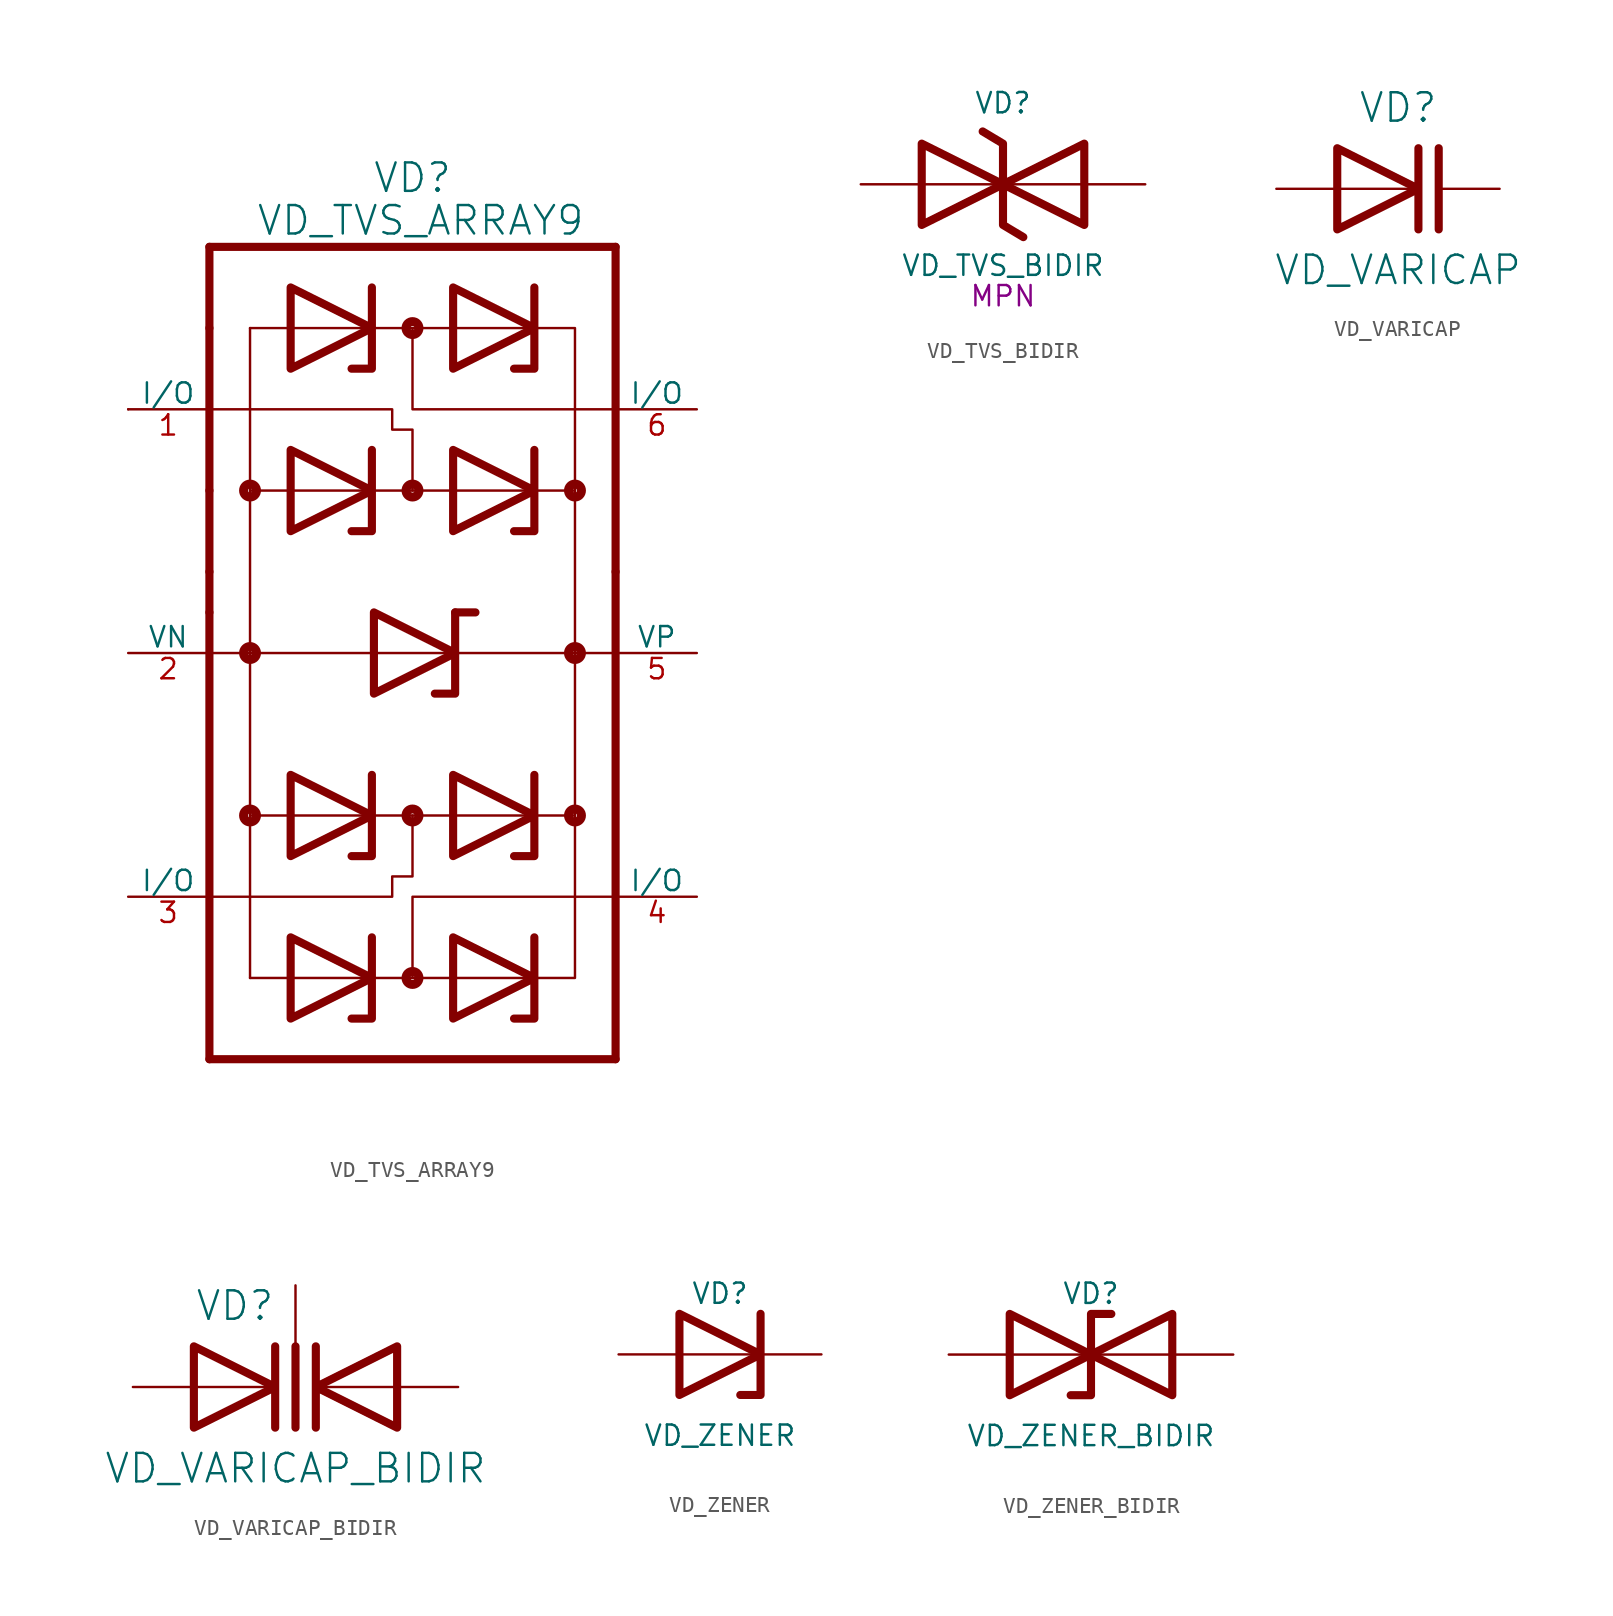
<source format=kicad_sym>
(kicad_symbol_lib
  (version 20211014)
  (generator kicad_symbol_editor)
  (symbol "VD_TVS_ARRAY9"
    (pin_names
      (offset 0))
    (property "Reference" "VD"
      (at 0 9.398 0)
      (effects (font (size 1.778 1.778))))
    (property "Value" "VD_TVS_ARRAY9"
      (at 0.508 6.731 0)
      (effects (font (size 1.778 1.778))))
    (symbol "VD_TVS_ARRAY9_0_1"
      (polyline (pts (xy -12.7 -20.32) (xy 12.7 -20.32)) (stroke (width 0) (type default) (color 0 0 0 0)) (fill (type none)))
      (polyline (pts (xy -12.7 -15.24) (xy -12.7 -45.72)) (stroke (width 0.508) (type default) (color 0 0 0 0)) (fill (type none)))
      (polyline (pts (xy -10.16 -40.64) (xy -7.62 -40.64)) (stroke (width 0) (type default) (color 0 0 0 0)) (fill (type none)))
      (polyline (pts (xy -10.16 -30.48) (xy 10.16 -30.48)) (stroke (width 0) (type default) (color 0 0 0 0)) (fill (type none)))
      (polyline (pts (xy -10.16 -10.16) (xy 10.16 -10.16)) (stroke (width 0) (type default) (color 0 0 0 0)) (fill (type none)))
      (polyline (pts (xy -10.16 0) (xy -10.16 -40.64)) (stroke (width 0) (type default) (color 0 0 0 0)) (fill (type none)))
      (polyline (pts (xy -7.62 -40.64) (xy 7.62 -40.64)) (stroke (width 0) (type default) (color 0 0 0 0)) (fill (type none)))
      (polyline (pts (xy -7.62 0) (xy -10.16 0)) (stroke (width 0) (type default) (color 0 0 0 0)) (fill (type none)))
      (polyline (pts (xy -7.62 0) (xy 7.62 0)) (stroke (width 0) (type default) (color 0 0 0 0)) (fill (type none)))
      (polyline (pts (xy 2.667 -17.78) (xy 3.937 -17.78)) (stroke (width 0.508) (type default) (color 0 0 0 0)) (fill (type none)))
      (polyline (pts (xy 12.7 -15.24) (xy 12.7 -45.72)) (stroke (width 0.508) (type default) (color 0 0 0 0)) (fill (type none)))
      (polyline (pts (xy 0 0) (xy 0 -5.08) (xy 12.7 -5.08)) (stroke (width 0) (type default) (color 0 0 0 0)) (fill (type none)))
      (polyline (pts (xy 12.7 -35.56) (xy 0 -35.56) (xy 0 -40.64)) (stroke (width 0) (type default) (color 0 0 0 0)) (fill (type none)))
      (polyline (pts (xy 7.62 0) (xy 10.16 0) (xy 10.16 -40.64) (xy 7.62 -40.64)) (stroke (width 0) (type default) (color 0 0 0 0)) (fill (type none)))
      (polyline (pts (xy -12.7 -35.56) (xy -1.27 -35.56) (xy -1.27 -34.29) (xy 0 -34.29) (xy 0 -30.48)) (stroke (width 0) (type default) (color 0 0 0 0)) (fill (type none)))
      (circle (center 0 0) (radius 0.127) (stroke (width 0.559) (type default) (color 0 0 0 0)) (fill (type none))))
    (symbol "VD_TVS_ARRAY9_1_1"
      (circle (center -10.16 -30.48) (radius 0.127) (stroke (width 0.559) (type default) (color 0 0 0 0)) (fill (type none)))
      (circle (center -10.16 -20.32) (radius 0.127) (stroke (width 0.559) (type default) (color 0 0 0 0)) (fill (type none)))
      (circle (center -10.16 -10.16) (radius 0.127) (stroke (width 0.559) (type default) (color 0 0 0 0)) (fill (type none)))
      (circle (center 0 -40.64) (radius 0.127) (stroke (width 0.559) (type default) (color 0 0 0 0)) (fill (type none)))
      (circle (center 0 -30.48) (radius 0.127) (stroke (width 0.559) (type default) (color 0 0 0 0)) (fill (type none)))
      (circle (center 0 -10.16) (radius 0.127) (stroke (width 0.559) (type default) (color 0 0 0 0)) (fill (type none)))
      (polyline (pts (xy -17.78 -5.08) (xy -17.78 -5.08)) (stroke (width 0) (type default) (color 0 0 0 0)) (fill (type none)))
      (polyline (pts (xy -12.7 -45.72) (xy 12.7 -45.72)) (stroke (width 0.508) (type default) (color 0 0 0 0)) (fill (type none)))
      (polyline (pts (xy -12.7 -17.78) (xy -12.7 -17.78)) (stroke (width 0.508) (type default) (color 0 0 0 0)) (fill (type none)))
      (polyline (pts (xy -12.7 -10.16) (xy -12.7 -15.24)) (stroke (width 0.508) (type default) (color 0 0 0 0)) (fill (type none)))
      (polyline (pts (xy -12.7 -10.16) (xy -12.7 0)) (stroke (width 0.508) (type default) (color 0 0 0 0)) (fill (type none)))
      (polyline (pts (xy -12.7 5.08) (xy -12.7 0)) (stroke (width 0.508) (type default) (color 0 0 0 0)) (fill (type none)))
      (polyline (pts (xy 12.7 -15.24) (xy 12.7 5.08)) (stroke (width 0.508) (type default) (color 0 0 0 0)) (fill (type none)))
      (polyline (pts (xy 12.7 5.08) (xy -12.7 5.08)) (stroke (width 0.508) (type default) (color 0 0 0 0)) (fill (type none)))
      (polyline (pts (xy 0 -10.16) (xy 0 -6.35) (xy -1.27 -6.35) (xy -1.27 -5.08) (xy -12.7 -5.08)) (stroke (width 0) (type default) (color 0 0 0 0)) (fill (type none)))
      (polyline (pts (xy -2.54 -38.1) (xy -2.54 -40.64) (xy -7.62 -38.1) (xy -7.62 -43.18) (xy -2.54 -40.64) (xy -2.54 -43.18) (xy -3.81 -43.18)) (stroke (width 0.508) (type default) (color 0 0 0 0)) (fill (type none)))
      (polyline (pts (xy -2.54 -27.94) (xy -2.54 -30.48) (xy -7.62 -27.94) (xy -7.62 -33.02) (xy -2.54 -30.48) (xy -2.54 -33.02) (xy -3.81 -33.02)) (stroke (width 0.508) (type default) (color 0 0 0 0)) (fill (type none)))
      (polyline (pts (xy -2.54 -7.62) (xy -2.54 -10.16) (xy -7.62 -7.62) (xy -7.62 -12.7) (xy -2.54 -10.16) (xy -2.54 -12.7) (xy -3.81 -12.7)) (stroke (width 0.508) (type default) (color 0 0 0 0)) (fill (type none)))
      (polyline (pts (xy -2.54 2.54) (xy -2.54 0) (xy -7.62 2.54) (xy -7.62 -2.54) (xy -2.54 0) (xy -2.54 -2.54) (xy -3.81 -2.54)) (stroke (width 0.508) (type default) (color 0 0 0 0)) (fill (type none)))
      (polyline (pts (xy 2.667 -17.78) (xy 2.667 -20.32) (xy -2.413 -17.78) (xy -2.413 -22.86) (xy 2.667 -20.32) (xy 2.667 -22.86) (xy 1.397 -22.86)) (stroke (width 0.508) (type default) (color 0 0 0 0)) (fill (type none)))
      (polyline (pts (xy 7.62 -38.1) (xy 7.62 -40.64) (xy 2.54 -38.1) (xy 2.54 -43.18) (xy 7.62 -40.64) (xy 7.62 -43.18) (xy 6.35 -43.18)) (stroke (width 0.508) (type default) (color 0 0 0 0)) (fill (type none)))
      (polyline (pts (xy 7.62 -27.94) (xy 7.62 -30.48) (xy 2.54 -27.94) (xy 2.54 -33.02) (xy 7.62 -30.48) (xy 7.62 -33.02) (xy 6.35 -33.02)) (stroke (width 0.508) (type default) (color 0 0 0 0)) (fill (type none)))
      (polyline (pts (xy 7.62 -7.62) (xy 7.62 -10.16) (xy 2.54 -7.62) (xy 2.54 -12.7) (xy 7.62 -10.16) (xy 7.62 -12.7) (xy 6.35 -12.7)) (stroke (width 0.508) (type default) (color 0 0 0 0)) (fill (type none)))
      (polyline (pts (xy 7.62 2.54) (xy 7.62 0) (xy 2.54 2.54) (xy 2.54 -2.54) (xy 7.62 0) (xy 7.62 -2.54) (xy 6.35 -2.54)) (stroke (width 0.508) (type default) (color 0 0 0 0)) (fill (type none)))
      (circle (center 10.16 -30.48) (radius 0.127) (stroke (width 0.559) (type default) (color 0 0 0 0)) (fill (type none)))
      (circle (center 10.16 -20.32) (radius 0.127) (stroke (width 0.559) (type default) (color 0 0 0 0)) (fill (type none)))
      (circle (center 10.16 -10.16) (radius 0.127) (stroke (width 0.559) (type default) (color 0 0 0 0)) (fill (type none)))
      (pin bidirectional line (at -17.78 -5.08 0) (length 5.004) (name "I/O" (effects (font (size 1.27 1.27)))) (number "1" (effects (font (size 1.27 1.27)))))
      (pin power_in line (at -17.78 -20.32 0) (length 5.004) (name "VN" (effects (font (size 1.27 1.27)))) (number "2" (effects (font (size 1.27 1.27)))))
      (pin bidirectional line (at -17.78 -35.56 0) (length 5.004) (name "I/O" (effects (font (size 1.27 1.27)))) (number "3" (effects (font (size 1.27 1.27)))))
      (pin bidirectional line (at 17.78 -35.56 180) (length 5.004) (name "I/O" (effects (font (size 1.27 1.27)))) (number "4" (effects (font (size 1.27 1.27)))))
      (pin power_in line (at 17.78 -20.32 180) (length 5.004) (name "VP" (effects (font (size 1.27 1.27)))) (number "5" (effects (font (size 1.27 1.27)))))
      (pin bidirectional line (at 17.78 -5.08 180) (length 5.004) (name "I/O" (effects (font (size 1.27 1.27)))) (number "6" (effects (font (size 1.27 1.27)))))))
  (symbol "VD_TVS_BIDIR"
    (pin_names
      (offset 0))
    (property "Reference" "VD"
      (at 0 5.08 0)
      (effects (font (size 1.27 1.27))))
    (property "Value" "VD_TVS_BIDIR"
      (at 0 -5.08 0)
      (effects (font (size 1.27 1.27))))
    (property "MPN" "MPN"
      (at 0 -6.985 0)
      (effects (font (size 1.27 1.27))))
    (property "Assembly" ""
      (at 4.445 5.08 0)
      (effects (font (size 1.27 1.27))))
    (symbol "VD_TVS_BIDIR_0_1"
      (polyline (pts (xy -8.89 0) (xy 8.89 0)) (stroke (width 0) (type default) (color 0 0 0 0)) (fill (type none)))
      (polyline (pts (xy -1.27 3.302) (xy 0 2.54) (xy 0 0) (xy -5.08 2.54) (xy -5.08 -2.54) (xy 5.08 2.54) (xy 5.08 -2.54) (xy 0 0) (xy 0 -2.54) (xy 1.27 -3.302)) (stroke (width 0.508) (type default) (color 0 0 0 0)) (fill (type none))))
    (symbol "VD_TVS_BIDIR_1_1"
      (pin passive line (at -8.89 0 0) (length 2.54) hide (name "~" (effects (font (size 1.27 1.27)))) (number "1" (effects (font (size 1.27 1.27)))))
      (pin passive line (at 8.89 0 180) (length 2.54) hide (name "~" (effects (font (size 1.27 1.27)))) (number "2" (effects (font (size 1.27 1.27)))))))
  (symbol "VD_VARICAP"
    (pin_names
      (offset 0))
    (property "Reference" "VD"
      (at 0 5.08 0)
      (effects (font (size 1.778 1.778))))
    (property "Value" "VD_VARICAP"
      (at 0 -5.08 0)
      (effects (font (size 1.778 1.778))))
    (symbol "VD_VARICAP_0_0"
      (polyline (pts (xy 2.54 2.54) (xy 2.54 -2.54)) (stroke (width 0.508) (type default) (color 0 0 0 0)) (fill (type none))))
    (symbol "VD_VARICAP_0_1"
      (polyline (pts (xy -7.62 0) (xy 1.27 0)) (stroke (width 0) (type default) (color 0 0 0 0)) (fill (type none)))
      (polyline (pts (xy 2.54 0) (xy 6.35 0)) (stroke (width 0) (type default) (color 0 0 0 0)) (fill (type none)))
      (polyline (pts (xy 1.27 2.54) (xy 1.27 0) (xy -3.81 2.54) (xy -3.81 -2.54) (xy 1.27 0) (xy 1.27 -2.54)) (stroke (width 0.508) (type default) (color 0 0 0 0)) (fill (type none))))
    (symbol "VD_VARICAP_1_1"
      (pin passive line (at -7.62 0 0) (length 2.54) hide (name "A" (effects (font (size 1.27 1.27)))) (number "1" (effects (font (size 1.27 1.27)))))
      (pin passive line (at 6.35 0 180) (length 2.54) hide (name "C" (effects (font (size 1.27 1.27)))) (number "2" (effects (font (size 1.27 1.27)))))))
  (symbol "VD_VARICAP_BIDIR"
    (pin_names
      (offset 0))
    (property "Reference" "VD"
      (at -1.27 5.08 0)
      (effects (font (size 1.778 1.778)) (justify right)))
    (property "Value" "VD_VARICAP_BIDIR"
      (at 0 -5.08 0)
      (effects (font (size 1.778 1.778))))
    (symbol "VD_VARICAP_BIDIR_0_0"
      (polyline (pts (xy 0 2.54) (xy 0 -2.54)) (stroke (width 0.508) (type default) (color 0 0 0 0)) (fill (type none)))
      (polyline (pts (xy 0 6.35) (xy 0 2.54)) (stroke (width 0) (type default) (color 0 0 0 0)) (fill (type none))))
    (symbol "VD_VARICAP_BIDIR_0_1"
      (polyline (pts (xy -1.27 0) (xy -10.16 0)) (stroke (width 0) (type default) (color 0 0 0 0)) (fill (type none)))
      (polyline (pts (xy 10.16 0) (xy 1.27 0)) (stroke (width 0) (type default) (color 0 0 0 0)) (fill (type none)))
      (polyline (pts (xy 1.27 2.54) (xy 1.27 0) (xy 6.35 2.54) (xy 6.35 -2.54) (xy 1.27 0) (xy 1.27 -2.54)) (stroke (width 0.508) (type default) (color 0 0 0 0)) (fill (type none))))
    (symbol "VD_VARICAP_BIDIR_1_1"
      (polyline (pts (xy -1.27 2.54) (xy -1.27 0) (xy -6.35 2.54) (xy -6.35 -2.54) (xy -1.27 0) (xy -1.27 -2.54)) (stroke (width 0.508) (type default) (color 0 0 0 0)) (fill (type none)))
      (pin passive line (at -10.16 0 0) (length 2.54) hide (name "A" (effects (font (size 1.27 1.27)))) (number "1" (effects (font (size 1.27 1.27)))))
      (pin passive line (at 0 6.35 270) (length 2.54) hide (name "C" (effects (font (size 1.27 1.27)))) (number "2" (effects (font (size 1.27 1.27)))))
      (pin passive line (at 10.16 0 180) (length 2.54) hide (name "A" (effects (font (size 1.27 1.27)))) (number "3" (effects (font (size 1.27 1.27)))))))
  (symbol "VD_ZENER"
    (pin_names
      (offset 0))
    (property "Reference" "VD"
      (at 0 3.81 0)
      (effects (font (size 1.27 1.27))))
    (property "Value" "VD_ZENER"
      (at 0 -5.08 0)
      (effects (font (size 1.27 1.27))))
    (property "MPN" ""
      (at 0 -6.985 0)
      (effects (font (size 1.27 1.27))))
    (property "Assembly" ""
      (at 4.064 4.064 0)
      (effects (font (size 1.27 1.27))))
    (symbol "VD_ZENER_0_1"
      (polyline (pts (xy 6.35 0) (xy -6.35 0)) (stroke (width 0) (type default) (color 0 0 0 0)) (fill (type none)))
      (polyline (pts (xy 2.54 2.54) (xy 2.54 0) (xy -2.54 2.54) (xy -2.54 -2.54) (xy 2.54 0) (xy 2.54 -2.54) (xy 1.27 -2.54)) (stroke (width 0.508) (type default) (color 0 0 0 0)) (fill (type none))))
    (symbol "VD_ZENER_1_1"
      (pin passive line (at 6.35 0 180) (length 2.54) hide (name "C" (effects (font (size 1.27 1.27)))) (number "1" (effects (font (size 1.27 1.27)))))
      (pin passive line (at -6.35 0 0) (length 2.54) hide (name "A" (effects (font (size 1.27 1.27)))) (number "2" (effects (font (size 1.27 1.27)))))))
  (symbol "VD_ZENER_BIDIR"
    (pin_names
      (offset 0))
    (property "Reference" "VD"
      (at 0 3.81 0)
      (effects (font (size 1.27 1.27))))
    (property "Value" "VD_ZENER_BIDIR"
      (at 0 -5.08 0)
      (effects (font (size 1.27 1.27))))
    (property "MPN" ""
      (at 0 -6.985 0)
      (effects (font (size 1.27 1.27))))
    (property "Assembly" ""
      (at 3.81 3.81 0)
      (effects (font (size 1.27 1.27))))
    (symbol "VD_ZENER_BIDIR_0_1"
      (polyline (pts (xy -8.89 0) (xy 8.89 0)) (stroke (width 0) (type default) (color 0 0 0 0)) (fill (type none)))
      (polyline (pts (xy 1.27 2.54) (xy 0 2.54) (xy 0 0) (xy -5.08 2.54) (xy -5.08 -2.54) (xy 5.08 2.54) (xy 5.08 -2.54) (xy 0 0) (xy 0 -2.54) (xy -1.27 -2.54)) (stroke (width 0.508) (type default) (color 0 0 0 0)) (fill (type none))))
    (symbol "VD_ZENER_BIDIR_1_1"
      (pin passive line (at -8.89 0 0) (length 2.54) hide (name "~" (effects (font (size 1.27 1.27)))) (number "1" (effects (font (size 1.27 1.27)))))
      (pin passive line (at 8.89 0 180) (length 2.54) hide (name "~" (effects (font (size 1.27 1.27)))) (number "2" (effects (font (size 1.27 1.27))))))))
</source>
